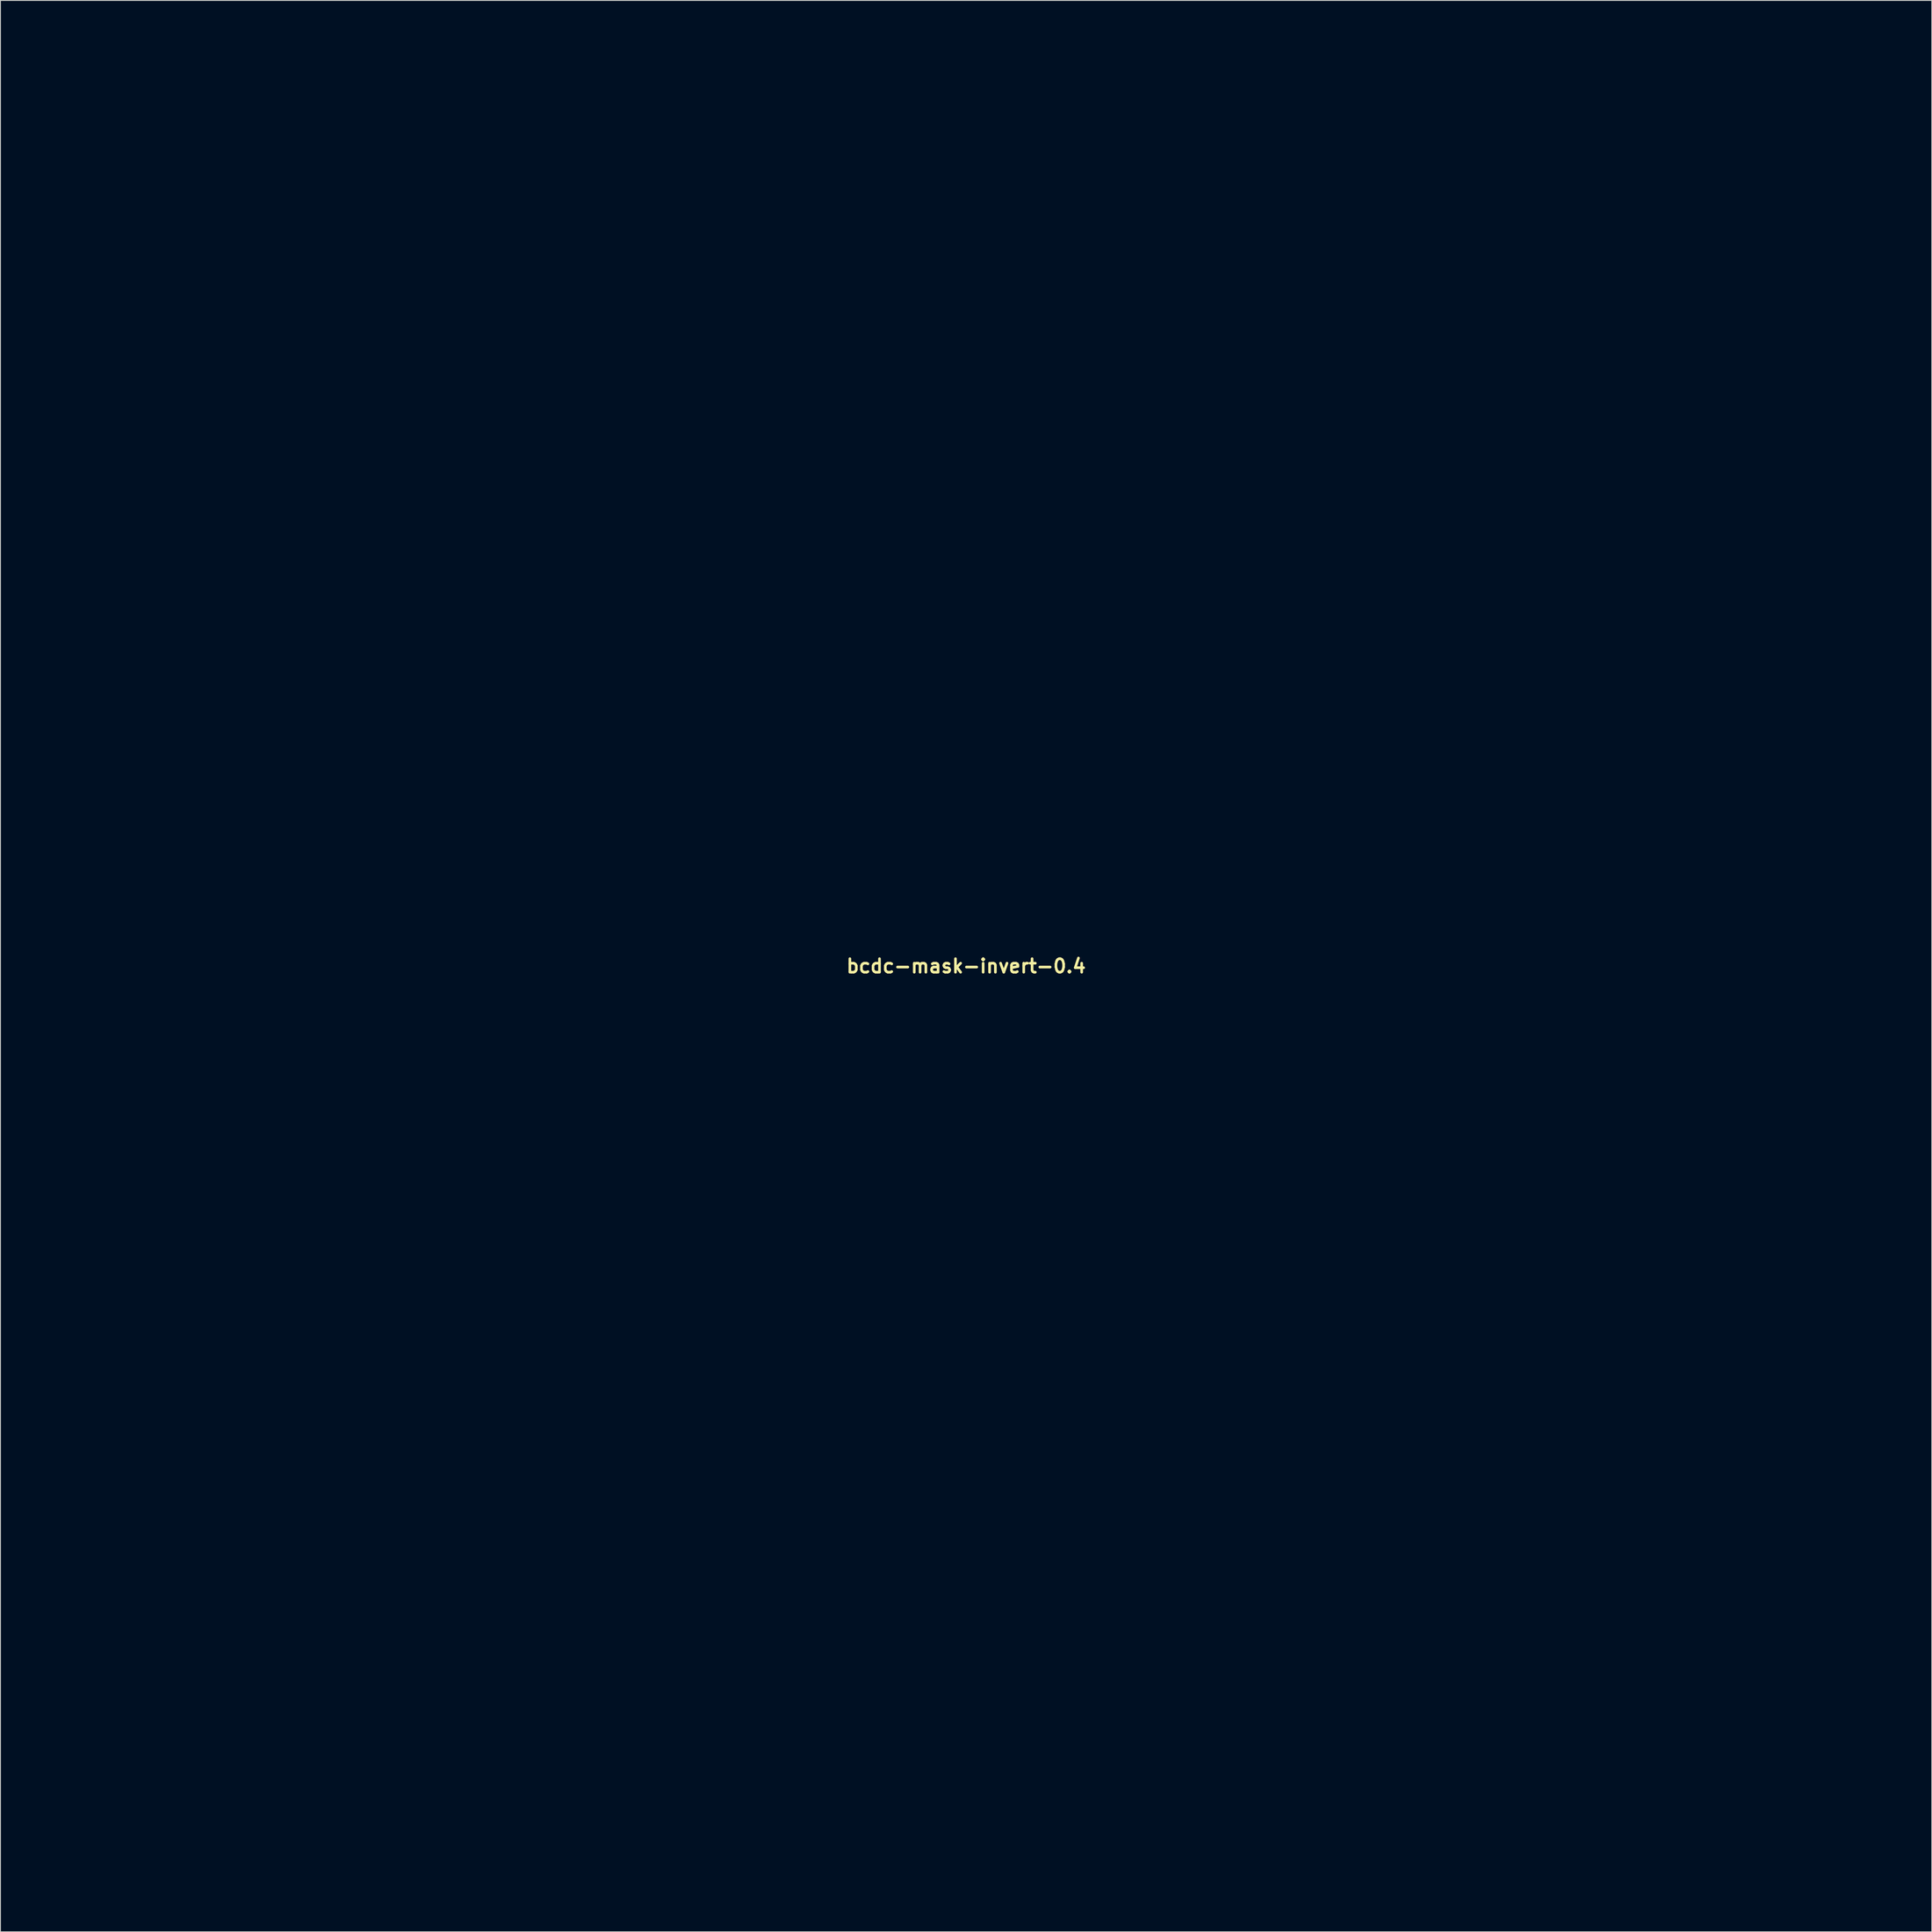
<source format=kicad_pcb>
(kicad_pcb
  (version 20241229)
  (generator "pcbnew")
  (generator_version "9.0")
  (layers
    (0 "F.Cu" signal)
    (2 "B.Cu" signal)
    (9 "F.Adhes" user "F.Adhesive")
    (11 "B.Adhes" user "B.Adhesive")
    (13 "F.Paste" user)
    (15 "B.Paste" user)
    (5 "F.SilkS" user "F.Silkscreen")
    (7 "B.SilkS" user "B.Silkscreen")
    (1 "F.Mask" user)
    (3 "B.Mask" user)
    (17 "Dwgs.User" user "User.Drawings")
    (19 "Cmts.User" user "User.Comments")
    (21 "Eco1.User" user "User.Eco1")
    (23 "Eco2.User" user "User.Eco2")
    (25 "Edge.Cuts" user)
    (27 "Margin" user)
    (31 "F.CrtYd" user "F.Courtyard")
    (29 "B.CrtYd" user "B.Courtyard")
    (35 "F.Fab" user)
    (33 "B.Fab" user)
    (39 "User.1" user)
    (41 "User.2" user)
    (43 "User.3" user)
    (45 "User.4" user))
  (footprint "bcdc-mask-invert-0.4"
    (layer "F.Cu")
    (at 105.838 105.838)
    (property "Reference" "bcdc-mask-invert-0.4" (at 0 0 0) (layer "F.SilkS") (effects (font (size 1.524 1.524) (thickness 0.3))))
    (attr through_hole)
    (fp_poly (pts (xy -2.999 -15.795) (xy -2.978 -13.859) (xy -2.972 -13.232) (xy -2.973 -12.73) (xy -2.982 -12.336) (xy -3.001 -12.036) (xy -3.032 -11.812) (xy -3.079 -11.648) (xy -3.143 -11.529) (xy -3.226 -11.439) (xy -3.332 -11.36) (xy -3.334 -11.359) (xy -3.434 -11.338) (xy -3.663 -11.319) (xy -4.006 -11.302) (xy -4.451 -11.286) (xy -4.984 -11.272) (xy -5.593 -11.259) (xy -6.263 -11.249) (xy -6.982 -11.24) (xy -7.737 -11.233) (xy -8.514 -11.228) (xy -9.301 -11.225) (xy -10.083 -11.224) (xy -10.848 -11.225) (xy -11.583 -11.228) (xy -12.275 -11.233) (xy -12.909 -11.241) (xy -13.474 -11.251) (xy -13.956 -11.263) (xy -14.341 -11.277) (xy -14.617 -11.294) (xy -14.77 -11.313) (xy -14.79 -11.319) (xy -14.914 -11.376) (xy -15.013 -11.438) (xy -15.09 -11.52) (xy -15.147 -11.637) (xy -15.187 -11.806) (xy -15.214 -12.041) (xy -15.229 -12.359) (xy -15.237 -12.776) (xy -15.24 -13.306) (xy -15.24 -13.779) (xy -15.24 -15.815) (xy -15.034 -16.022) (xy -14.828 -16.228) (xy -3.413 -16.228) (xy -2.999 -15.795)) (stroke (width 0.01) (type solid)) (fill yes) (layer "F.Mask"))
    (fp_poly (pts (xy 8.867 -16.226) (xy 9.901 -16.226) (xy 10.803 -16.225) (xy 11.583 -16.223) (xy 12.249 -16.221) (xy 12.811 -16.218) (xy 13.278 -16.214) (xy 13.66 -16.208) (xy 13.965 -16.2) (xy 14.203 -16.191) (xy 14.383 -16.18) (xy 14.514 -16.167) (xy 14.606 -16.151) (xy 14.667 -16.133) (xy 14.708 -16.112) (xy 14.72 -16.103) (xy 14.808 -16.025) (xy 14.878 -15.939) (xy 14.931 -15.829) (xy 14.97 -15.677) (xy 14.997 -15.466) (xy 15.014 -15.181) (xy 15.023 -14.804) (xy 15.027 -14.319) (xy 15.028 -13.745) (xy 15.027 -13.169) (xy 15.025 -12.716) (xy 15.019 -12.37) (xy 15.009 -12.112) (xy 14.994 -11.925) (xy 14.972 -11.792) (xy 14.942 -11.695) (xy 14.904 -11.616) (xy 14.891 -11.593) (xy 14.683 -11.38) (xy 14.485 -11.294) (xy 14.368 -11.281) (xy 14.124 -11.269) (xy 13.765 -11.259) (xy 13.306 -11.25) (xy 12.761 -11.242) (xy 12.142 -11.236) (xy 11.463 -11.231) (xy 10.739 -11.227) (xy 9.981 -11.225) (xy 9.204 -11.224) (xy 8.422 -11.224) (xy 7.647 -11.226) (xy 6.894 -11.229) (xy 6.176 -11.233) (xy 5.506 -11.238) (xy 4.898 -11.245) (xy 4.366 -11.253) (xy 3.923 -11.263) (xy 3.582 -11.273) (xy 3.357 -11.285) (xy 3.268 -11.296) (xy 3.059 -11.401) (xy 2.897 -11.546) (xy 2.855 -11.606) (xy 2.822 -11.675) (xy 2.797 -11.772) (xy 2.778 -11.911) (xy 2.766 -12.111) (xy 2.758 -12.388) (xy 2.754 -12.757) (xy 2.752 -13.236) (xy 2.752 -13.773) (xy 2.752 -15.815) (xy 2.958 -16.022) (xy 3.164 -16.228) (xy 8.867 -16.226)) (stroke (width 0.01) (type solid)) (fill yes) (layer "F.Mask"))
    (fp_poly (pts (xy 0.427 -0.328) (xy 1.386 -0.239) (xy 2.329 -0.067) (xy 3.238 0.182) (xy 4.097 0.5) (xy 4.887 0.881) (xy 5.591 1.319) (xy 6.19 1.808) (xy 6.568 2.213) (xy 7.011 2.865) (xy 7.327 3.569) (xy 7.515 4.31) (xy 7.57 5.074) (xy 7.49 5.844) (xy 7.412 6.175) (xy 7.188 6.842) (xy 6.91 7.384) (xy 6.571 7.811) (xy 6.162 8.133) (xy 5.673 8.358) (xy 5.306 8.458) (xy 4.79 8.524) (xy 4.354 8.481) (xy 3.986 8.324) (xy 3.672 8.05) (xy 3.561 7.911) (xy 3.37 7.599) (xy 3.231 7.252) (xy 3.137 6.84) (xy 3.078 6.329) (xy 3.065 6.138) (xy 3.027 5.642) (xy 2.97 5.269) (xy 2.88 5.002) (xy 2.745 4.825) (xy 2.552 4.72) (xy 2.287 4.67) (xy 1.94 4.657) (xy 1.555 4.674) (xy 1.221 4.721) (xy 1.05 4.768) (xy 0.676 4.86) (xy 0.222 4.912) (xy -0.258 4.921) (xy -0.709 4.885) (xy -0.988 4.83) (xy -1.283 4.768) (xy -1.649 4.715) (xy -2.016 4.681) (xy -2.084 4.677) (xy -2.396 4.666) (xy -2.604 4.672) (xy -2.744 4.7) (xy -2.854 4.755) (xy -2.918 4.803) (xy -3.046 4.921) (xy -3.141 5.06) (xy -3.209 5.245) (xy -3.258 5.503) (xy -3.296 5.859) (xy -3.319 6.174) (xy -3.367 6.7) (xy -3.437 7.115) (xy -3.538 7.447) (xy -3.678 7.726) (xy -3.863 7.974) (xy -4.182 8.272) (xy -4.538 8.452) (xy -4.952 8.521) (xy -5.442 8.483) (xy -5.555 8.463) (xy -6.113 8.29) (xy -6.592 8.008) (xy -6.993 7.611) (xy -7.321 7.099) (xy -7.576 6.467) (xy -7.688 6.063) (xy -7.812 5.271) (xy -7.797 4.503) (xy -7.644 3.757) (xy -7.368 3.063) (xy -6.98 2.434) (xy -6.47 1.857) (xy -5.847 1.335) (xy -5.121 0.874) (xy -4.302 0.479) (xy -3.402 0.155) (xy -2.43 -0.092) (xy -1.396 -0.258) (xy -0.529 -0.329) (xy 0.427 -0.328)) (stroke (width 0.01) (type solid)) (fill yes) (layer "F.Mask"))
    (fp_poly (pts (xy 105.833 105.833) (xy -105.833 105.833) (xy -105.833 -1.958) (xy -17.308 -1.958) (xy -17.301 -1.509) (xy -17.271 -0.971) (xy -17.222 -0.369) (xy -17.157 0.273) (xy -17.078 0.929) (xy -16.987 1.574) (xy -16.887 2.185) (xy -16.782 2.736) (xy -16.749 2.887) (xy -16.494 3.854) (xy -16.173 4.76) (xy -15.769 5.641) (xy -15.265 6.534) (xy -14.956 7.02) (xy -14.667 7.443) (xy -14.311 7.94) (xy -13.911 8.479) (xy -13.494 9.026) (xy -13.082 9.549) (xy -12.702 10.015) (xy -12.66 10.065) (xy -12.195 10.699) (xy -11.859 11.347) (xy -11.642 12.038) (xy -11.536 12.741) (xy -11.531 12.995) (xy -11.546 13.377) (xy -11.58 13.876) (xy -11.631 14.481) (xy -11.698 15.181) (xy -11.78 15.965) (xy -11.875 16.821) (xy -11.982 17.739) (xy -12.099 18.707) (xy -12.225 19.714) (xy -12.36 20.749) (xy -12.5 21.801) (xy -12.646 22.859) (xy -12.795 23.911) (xy -12.946 24.947) (xy -13.098 25.955) (xy -13.25 26.924) (xy -13.4 27.843) (xy -13.416 27.94) (xy -13.557 28.846) (xy -13.654 29.632) (xy -13.707 30.313) (xy -13.715 30.904) (xy -13.679 31.42) (xy -13.597 31.875) (xy -13.47 32.284) (xy -13.296 32.661) (xy -13.286 32.68) (xy -12.987 33.1) (xy -12.586 33.475) (xy -12.14 33.759) (xy -11.805 33.899) (xy -11.346 34.046) (xy -10.782 34.196) (xy -10.128 34.346) (xy -9.402 34.493) (xy -8.622 34.632) (xy -7.804 34.762) (xy -6.966 34.877) (xy -6.126 34.976) (xy -5.927 34.996) (xy -5.14 35.064) (xy -4.241 35.121) (xy -3.255 35.167) (xy -2.212 35.201) (xy -1.138 35.224) (xy -0.06 35.235) (xy 0.993 35.234) (xy 1.994 35.22) (xy 2.915 35.192) (xy 3.73 35.151) (xy 3.881 35.141) (xy 4.984 35.055) (xy 5.981 34.961) (xy 6.904 34.853) (xy 7.789 34.727) (xy 8.669 34.579) (xy 9.578 34.404) (xy 9.631 34.393) (xy 10.253 34.263) (xy 10.756 34.147) (xy 11.161 34.04) (xy 11.49 33.935) (xy 11.762 33.825) (xy 11.998 33.703) (xy 12.193 33.582) (xy 12.578 33.284) (xy 12.871 32.952) (xy 13.112 32.538) (xy 13.159 32.437) (xy 13.294 32.083) (xy 13.39 31.692) (xy 13.446 31.249) (xy 13.464 30.742) (xy 13.443 30.154) (xy 13.382 29.474) (xy 13.282 28.687) (xy 13.142 27.779) (xy 13.134 27.728) (xy 12.909 26.323) (xy 12.68 24.808) (xy 12.451 23.216) (xy 12.225 21.579) (xy 12.008 19.929) (xy 11.803 18.297) (xy 11.615 16.715) (xy 11.497 15.663) (xy 11.406 14.812) (xy 11.339 14.082) (xy 11.3 13.454) (xy 11.295 12.908) (xy 11.328 12.426) (xy 11.405 11.989) (xy 11.53 11.578) (xy 11.708 11.173) (xy 11.945 10.756) (xy 12.246 10.307) (xy 12.615 9.808) (xy 13.057 9.24) (xy 13.261 8.983) (xy 13.946 8.096) (xy 14.532 7.28) (xy 15.028 6.518) (xy 15.445 5.791) (xy 15.791 5.082) (xy 16.075 4.371) (xy 16.309 3.642) (xy 16.5 2.874) (xy 16.541 2.681) (xy 16.642 2.146) (xy 16.737 1.56) (xy 16.825 0.944) (xy 16.902 0.319) (xy 16.968 -0.295) (xy 17.02 -0.876) (xy 17.057 -1.406) (xy 17.075 -1.863) (xy 17.074 -2.226) (xy 17.051 -2.475) (xy 17.043 -2.512) (xy 17.012 -2.619) (xy 16.978 -2.645) (xy 16.924 -2.577) (xy 16.831 -2.401) (xy 16.794 -2.328) (xy 16.706 -2.134) (xy 16.583 -1.837) (xy 16.439 -1.467) (xy 16.284 -1.054) (xy 16.157 -0.706) (xy 15.856 0.129) (xy 15.583 0.856) (xy 15.329 1.5) (xy 15.083 2.09) (xy 14.833 2.653) (xy 14.568 3.214) (xy 14.464 3.428) (xy 14.087 4.157) (xy 13.738 4.754) (xy 13.412 5.226) (xy 13.105 5.577) (xy 12.812 5.814) (xy 12.644 5.903) (xy 12.471 5.961) (xy 12.325 5.949) (xy 12.16 5.882) (xy 11.927 5.734) (xy 11.722 5.516) (xy 11.538 5.216) (xy 11.368 4.819) (xy 11.205 4.311) (xy 11.042 3.679) (xy 11.015 3.563) (xy 10.823 2.931) (xy 10.539 2.271) (xy 10.187 1.631) (xy 9.869 1.164) (xy 9.703 0.96) (xy 9.459 0.681) (xy 9.16 0.35) (xy 8.827 -0.006) (xy 8.483 -0.365) (xy 8.435 -0.414) (xy 7.495 -1.331) (xy 6.593 -2.122) (xy 5.718 -2.796) (xy 4.859 -3.361) (xy 4.039 -3.808) (xy 3.384 -4.107) (xy 2.769 -4.334) (xy 2.154 -4.5) (xy 1.502 -4.612) (xy 1.339 -4.628) (xy 17.43 -4.628) (xy 17.444 -4.118) (xy 17.499 -3.57) (xy 17.533 -3.339) (xy 17.669 -2.659) (xy 17.842 -2.058) (xy 18.046 -1.543) (xy 18.275 -1.122) (xy 18.522 -0.803) (xy 18.782 -0.595) (xy 19.048 -0.505) (xy 19.316 -0.541) (xy 19.538 -0.676) (xy 19.71 -0.866) (xy 19.834 -1.114) (xy 19.913 -1.439) (xy 19.952 -1.858) (xy 19.953 -2.391) (xy 19.946 -2.608) (xy 19.875 -3.478) (xy 19.736 -4.24) (xy 19.527 -4.909) (xy 19.448 -5.099) (xy 19.293 -5.381) (xy 19.13 -5.528) (xy 18.951 -5.548) (xy 18.841 -5.505) (xy 18.723 -5.365) (xy 18.706 -5.127) (xy 18.789 -4.789) (xy 18.837 -4.661) (xy 18.961 -4.28) (xy 19.075 -3.81) (xy 19.169 -3.302) (xy 19.234 -2.81) (xy 19.261 -2.385) (xy 19.261 -2.353) (xy 19.249 -2.006) (xy 19.216 -1.704) (xy 19.167 -1.471) (xy 19.108 -1.332) (xy 19.045 -1.309) (xy 18.95 -1.419) (xy 18.83 -1.635) (xy 18.698 -1.925) (xy 18.567 -2.26) (xy 18.449 -2.609) (xy 18.375 -2.868) (xy 18.247 -3.477) (xy 18.171 -4.071) (xy 18.149 -4.618) (xy 18.184 -5.08) (xy 18.201 -5.174) (xy 18.241 -5.426) (xy 18.255 -5.645) (xy 18.246 -5.748) (xy 18.146 -5.897) (xy 17.975 -5.958) (xy 17.778 -5.916) (xy 17.735 -5.892) (xy 17.607 -5.732) (xy 17.513 -5.455) (xy 17.453 -5.08) (xy 17.43 -4.628) (xy 1.339 -4.628) (xy 0.777 -4.68) (xy 0.212 -4.706) (xy -0.695 -4.708) (xy -1.503 -4.655) (xy -2.245 -4.537) (xy -2.954 -4.351) (xy -3.664 -4.088) (xy -4.198 -3.846) (xy -4.981 -3.432) (xy -5.745 -2.953) (xy -6.509 -2.395) (xy -7.29 -1.745) (xy -8.106 -0.99) (xy -8.633 -0.466) (xy -8.983 -0.106) (xy -9.321 0.251) (xy -9.628 0.583) (xy -9.882 0.867) (xy -10.063 1.082) (xy -10.1 1.129) (xy -10.54 1.798) (xy -10.916 2.554) (xy -11.207 3.35) (xy -11.329 3.813) (xy -11.495 4.457) (xy -11.676 4.972) (xy -11.881 5.37) (xy -12.114 5.662) (xy -12.383 5.859) (xy -12.473 5.902) (xy -12.648 5.961) (xy -12.794 5.949) (xy -12.951 5.885) (xy -13.241 5.686) (xy -13.554 5.359) (xy -13.885 4.912) (xy -14.229 4.353) (xy -14.578 3.691) (xy -14.886 3.03) (xy -15.031 2.695) (xy -15.213 2.257) (xy -15.42 1.747) (xy -15.641 1.196) (xy -15.864 0.632) (xy -16.046 0.164) (xy -16.247 -0.352) (xy -16.443 -0.851) (xy -16.627 -1.309) (xy -16.788 -1.705) (xy -16.918 -2.015) (xy -17.008 -2.217) (xy -17.01 -2.223) (xy -17.245 -2.716) (xy -17.292 -2.293) (xy -17.308 -1.958) (xy -105.833 -1.958) (xy -105.833 -15.734) (xy -17.921 -15.734) (xy -17.921 -14.534) (xy -16.439 -14.534) (xy -16.439 -13.015) (xy -16.438 -12.464) (xy -16.429 -12.032) (xy -16.411 -11.698) (xy -16.379 -11.44) (xy -16.329 -11.236) (xy -16.257 -11.065) (xy -16.161 -10.904) (xy -16.047 -10.747) (xy -15.784 -10.491) (xy -15.436 -10.271) (xy -15.058 -10.12) (xy -14.947 -10.094) (xy -14.83 -10.084) (xy -14.582 -10.076) (xy -14.217 -10.068) (xy -13.743 -10.061) (xy -13.174 -10.055) (xy -12.521 -10.05) (xy -11.794 -10.046) (xy -11.005 -10.043) (xy -10.165 -10.042) (xy -9.286 -10.043) (xy -8.961 -10.043) (xy -3.281 -10.054) (xy -2.911 -10.221) (xy -2.645 -10.373) (xy -2.388 -10.571) (xy -2.287 -10.67) (xy -2.14 -10.839) (xy -2.027 -10.997) (xy -1.941 -11.164) (xy -1.879 -11.362) (xy -1.835 -11.612) (xy -1.806 -11.935) (xy -1.785 -12.353) (xy -1.769 -12.886) (xy -1.766 -13.013) (xy -1.729 -14.561) (xy -1.341 -14.706) (xy -1.02 -14.788) (xy -0.61 -14.839) (xy -0.152 -14.859) (xy 0.31 -14.849) (xy 0.734 -14.807) (xy 1.077 -14.735) (xy 1.164 -14.705) (xy 1.517 -14.566) (xy 1.552 -12.98) (xy 1.565 -12.453) (xy 1.579 -12.046) (xy 1.596 -11.74) (xy 1.617 -11.514) (xy 1.644 -11.348) (xy 1.68 -11.222) (xy 1.724 -11.119) (xy 1.983 -10.737) (xy 2.337 -10.407) (xy 2.675 -10.204) (xy 2.734 -10.177) (xy 2.796 -10.154) (xy 2.87 -10.134) (xy 2.965 -10.117) (xy 3.091 -10.102) (xy 3.258 -10.09) (xy 3.473 -10.08) (xy 3.748 -10.072) (xy 4.091 -10.066) (xy 4.512 -10.062) (xy 5.02 -10.058) (xy 5.624 -10.056) (xy 6.335 -10.055) (xy 7.161 -10.054) (xy 8.112 -10.054) (xy 8.89 -10.054) (xy 9.961 -10.054) (xy 10.9 -10.054) (xy 11.717 -10.054) (xy 12.421 -10.056) (xy 13.021 -10.06) (xy 13.528 -10.067) (xy 13.949 -10.077) (xy 14.295 -10.092) (xy 14.575 -10.111) (xy 14.798 -10.136) (xy 14.975 -10.168) (xy 15.113 -10.207) (xy 15.223 -10.253) (xy 15.314 -10.308) (xy 15.395 -10.372) (xy 15.475 -10.446) (xy 15.565 -10.531) (xy 15.599 -10.562) (xy 15.778 -10.73) (xy 15.916 -10.886) (xy 16.021 -11.05) (xy 16.096 -11.244) (xy 16.147 -11.488) (xy 16.18 -11.803) (xy 16.2 -12.209) (xy 16.211 -12.728) (xy 16.215 -12.965) (xy 16.237 -14.534) (xy 17.639 -14.534) (xy 17.639 -15.734) (xy 16.254 -15.734) (xy 16.129 -16.13) (xy 15.93 -16.552) (xy 15.627 -16.926) (xy 15.257 -17.214) (xy 15.132 -17.28) (xy 15.074 -17.306) (xy 15.013 -17.329) (xy 14.938 -17.349) (xy 14.842 -17.366) (xy 14.714 -17.38) (xy 14.545 -17.392) (xy 14.326 -17.402) (xy 14.048 -17.409) (xy 13.7 -17.415) (xy 13.274 -17.42) (xy 12.76 -17.423) (xy 12.149 -17.425) (xy 11.432 -17.426) (xy 10.598 -17.427) (xy 9.64 -17.427) (xy 8.895 -17.427) (xy 7.664 -17.426) (xy 6.572 -17.424) (xy 5.62 -17.419) (xy 4.806 -17.413) (xy 4.13 -17.405) (xy 3.591 -17.396) (xy 3.187 -17.384) (xy 2.919 -17.371) (xy 2.784 -17.356) (xy 2.774 -17.353) (xy 2.338 -17.116) (xy 1.975 -16.771) (xy 1.707 -16.34) (xy 1.626 -16.134) (xy 1.56 -15.963) (xy 1.488 -15.898) (xy 1.373 -15.908) (xy 1.351 -15.914) (xy 0.803 -16.022) (xy 0.194 -16.077) (xy -0.426 -16.079) (xy -1.004 -16.025) (xy -1.358 -15.954) (xy -1.607 -15.892) (xy -1.75 -15.867) (xy -1.816 -15.879) (xy -1.834 -15.929) (xy -1.834 -15.95) (xy -1.895 -16.234) (xy -2.057 -16.542) (xy -2.296 -16.842) (xy -2.585 -17.099) (xy -2.892 -17.279) (xy -2.955 -17.305) (xy -3.02 -17.329) (xy -3.095 -17.349) (xy -3.19 -17.366) (xy -3.315 -17.38) (xy -3.479 -17.392) (xy -3.691 -17.401) (xy -3.96 -17.408) (xy -4.296 -17.414) (xy -4.708 -17.417) (xy -5.206 -17.419) (xy -5.799 -17.419) (xy -6.496 -17.418) (xy -7.307 -17.417) (xy -8.24 -17.414) (xy -9.229 -17.411) (xy -15.216 -17.392) (xy -15.563 -17.178) (xy -15.87 -16.934) (xy -16.136 -16.62) (xy -16.33 -16.281) (xy -16.414 -16.007) (xy -16.457 -15.734) (xy -17.921 -15.734) (xy -105.833 -15.734) (xy -105.833 -25.599) (xy -16.148 -25.599) (xy -16.096 -25.541) (xy -16.094 -25.541) (xy -16.03 -25.594) (xy -15.897 -25.738) (xy -15.713 -25.955) (xy -15.494 -26.224) (xy -15.407 -26.335) (xy -14.873 -26.993) (xy -14.3 -27.664) (xy -13.702 -28.33) (xy -13.096 -28.977) (xy -12.498 -29.585) (xy -11.926 -30.14) (xy -11.394 -30.624) (xy -10.919 -31.02) (xy -10.672 -31.206) (xy -9.755 -31.779) (xy -8.795 -32.219) (xy -7.794 -32.525) (xy -6.894 -32.68) (xy -6.263 -32.716) (xy -5.529 -32.695) (xy -4.721 -32.623) (xy -3.863 -32.501) (xy -2.982 -32.335) (xy -2.105 -32.127) (xy -1.372 -31.916) (xy -0.911 -31.777) (xy -0.549 -31.685) (xy -0.25 -31.638) (xy 0.021 -31.635) (xy 0.299 -31.676) (xy 0.619 -31.76) (xy 0.926 -31.857) (xy 1.548 -32.039) (xy 2.265 -32.217) (xy 3.029 -32.38) (xy 3.796 -32.52) (xy 4.517 -32.627) (xy 4.995 -32.679) (xy 6.071 -32.714) (xy 7.094 -32.62) (xy 8.072 -32.395) (xy 9.011 -32.038) (xy 9.919 -31.546) (xy 10.802 -30.917) (xy 11.081 -30.685) (xy 11.926 -29.925) (xy 12.763 -29.097) (xy 13.608 -28.183) (xy 14.478 -27.166) (xy 15.037 -26.478) (xy 15.375 -26.064) (xy 15.635 -25.767) (xy 15.818 -25.589) (xy 15.924 -25.529) (xy 15.953 -25.587) (xy 15.906 -25.763) (xy 15.782 -26.058) (xy 15.581 -26.472) (xy 15.454 -26.72) (xy 14.689 -28.073) (xy 13.863 -29.299) (xy 12.978 -30.397) (xy 12.033 -31.368) (xy 11.029 -32.21) (xy 9.965 -32.925) (xy 8.842 -33.512) (xy 8.572 -33.63) (xy 7.431 -34.054) (xy 6.171 -34.411) (xy 4.803 -34.699) (xy 3.457 -34.902) (xy 3.056 -34.941) (xy 2.541 -34.973) (xy 1.935 -34.999) (xy 1.265 -35.018) (xy 0.553 -35.031) (xy -0.177 -35.036) (xy -0.899 -35.035) (xy -1.59 -35.026) (xy -2.226 -35.011) (xy -2.781 -34.988) (xy -3.233 -34.957) (xy -3.422 -34.938) (xy -4.617 -34.775) (xy -5.696 -34.581) (xy -6.682 -34.352) (xy -7.599 -34.08) (xy -8.471 -33.76) (xy -9.32 -33.384) (xy -9.49 -33.302) (xy -10.586 -32.682) (xy -11.623 -31.936) (xy -12.598 -31.064) (xy -13.509 -30.068) (xy -13.963 -29.494) (xy -14.29 -29.043) (xy -14.613 -28.569) (xy -14.925 -28.085) (xy -15.217 -27.605) (xy -15.483 -27.144) (xy -15.715 -26.715) (xy -15.904 -26.331) (xy -16.045 -26.009) (xy -16.129 -25.76) (xy -16.148 -25.599) (xy -105.833 -25.599) (xy -105.833 -105.833) (xy 105.833 -105.833) (xy 105.833 105.833)) (stroke (width 0.01) (type solid)) (fill yes) (layer "F.Mask")))
  (gr_rect
    (start -3 -3)
    (end 214.677 214.677)
    (stroke (width 0.1) (type default))
    (fill no)
    (layer "Edge.Cuts")))
</source>
